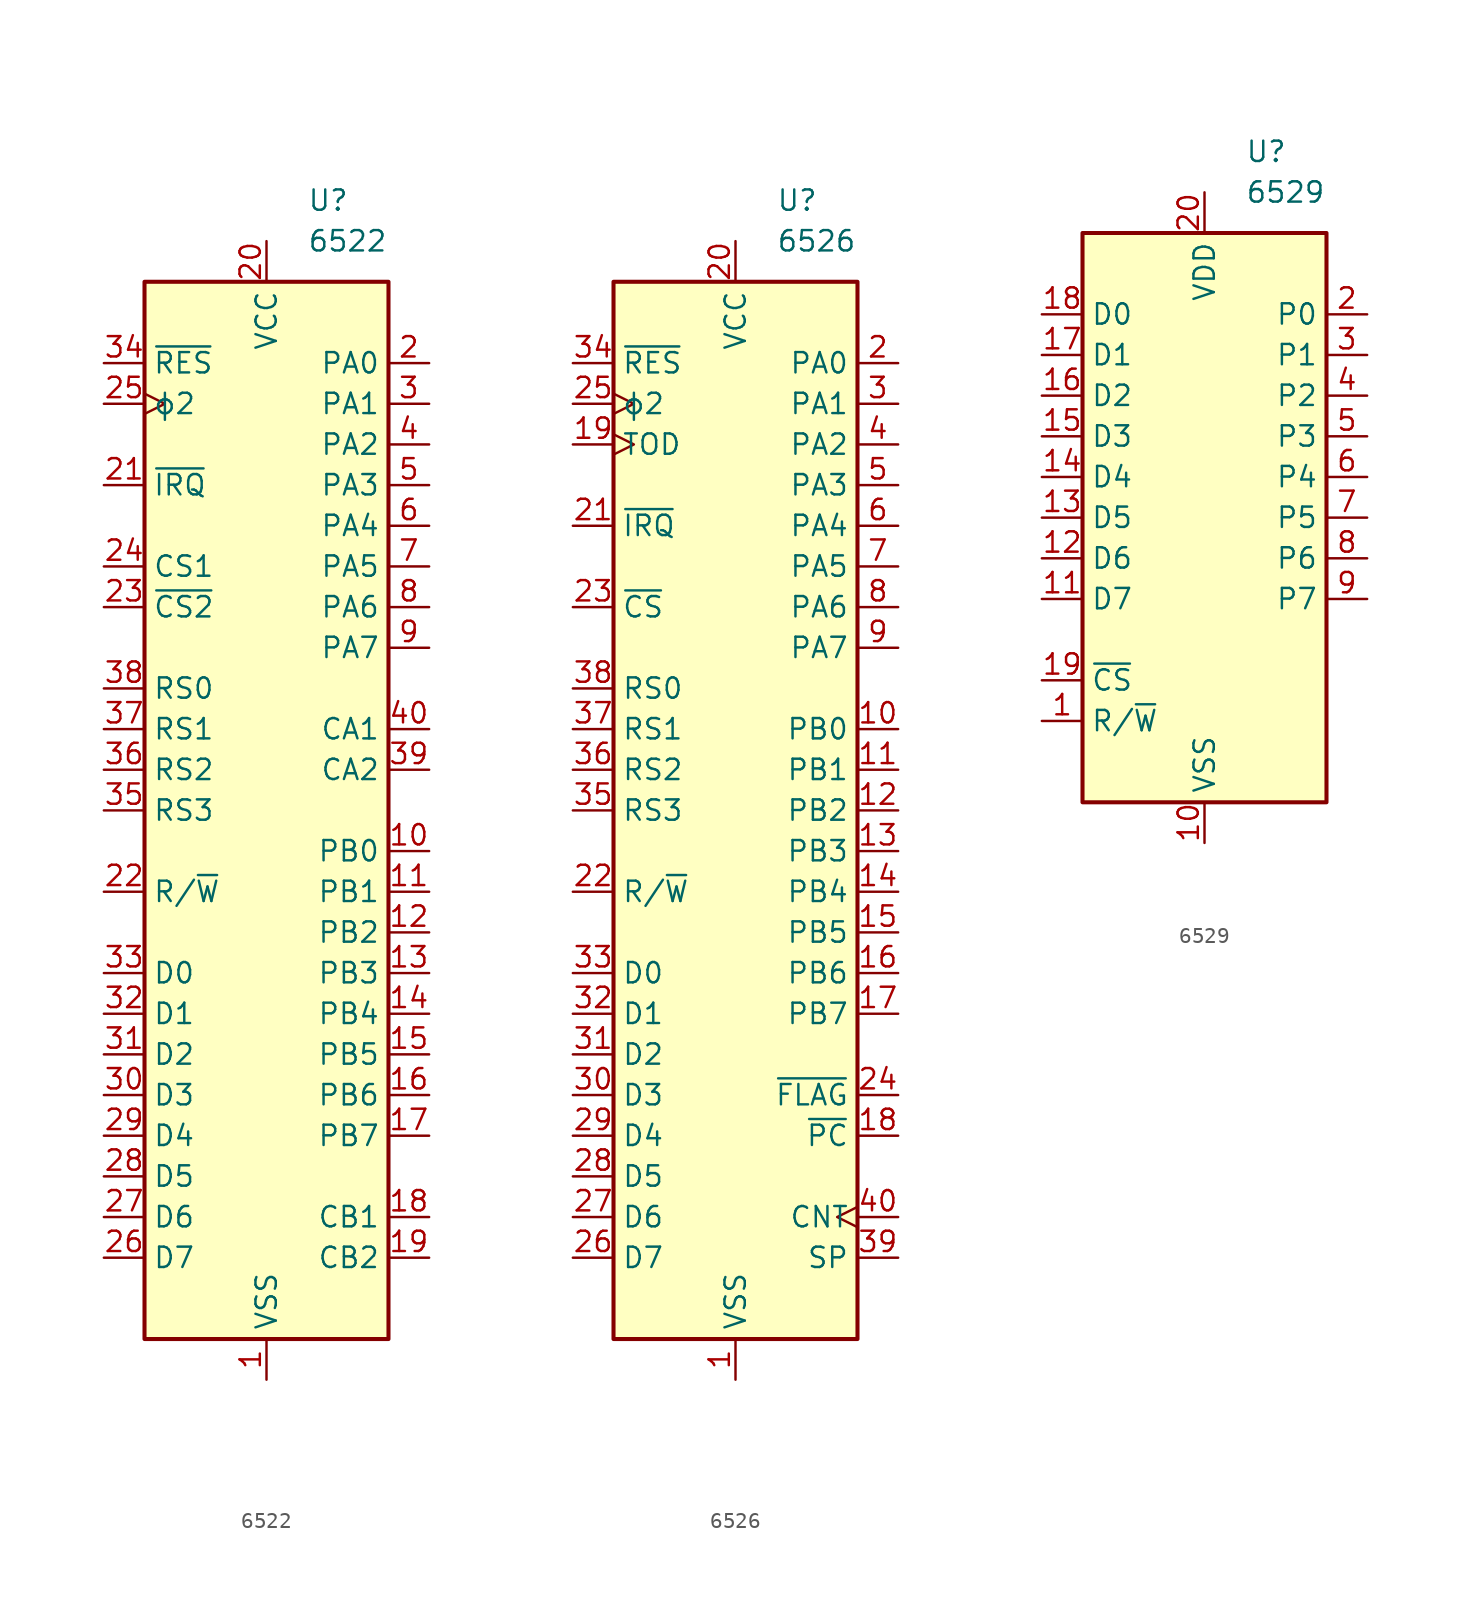
<source format=kicad_sym>
(kicad_symbol_lib
  (version 20220914)
  (generator kicad_symbol_editor)
  (symbol "6522"
    (property "Reference" "U"
      (at 2.54 38.1 0)
      (effects (font (size 1.27 1.27)) (justify left)))
    (property "Value" "6522"
      (at 2.54 35.56 0)
      (effects (font (size 1.27 1.27)) (justify left)))
    (symbol "6522_0_1"
      (rectangle (start -7.62 33.02) (end 7.62 -33.02) (stroke (width 0.254) (type default)) (fill (type background))))
    (symbol "6522_1_1"
      (pin power_in line (at 0 -35.56 90) (length 2.54) (name "VSS" (effects (font (size 1.27 1.27)))) (number "1" (effects (font (size 1.27 1.27)))))
      (pin bidirectional line (at 10.16 -2.54 180) (length 2.54) (name "PB0" (effects (font (size 1.27 1.27)))) (number "10" (effects (font (size 1.27 1.27)))))
      (pin bidirectional line (at 10.16 -5.08 180) (length 2.54) (name "PB1" (effects (font (size 1.27 1.27)))) (number "11" (effects (font (size 1.27 1.27)))))
      (pin bidirectional line (at 10.16 -7.62 180) (length 2.54) (name "PB2" (effects (font (size 1.27 1.27)))) (number "12" (effects (font (size 1.27 1.27)))))
      (pin bidirectional line (at 10.16 -10.16 180) (length 2.54) (name "PB3" (effects (font (size 1.27 1.27)))) (number "13" (effects (font (size 1.27 1.27)))))
      (pin bidirectional line (at 10.16 -12.7 180) (length 2.54) (name "PB4" (effects (font (size 1.27 1.27)))) (number "14" (effects (font (size 1.27 1.27)))))
      (pin bidirectional line (at 10.16 -15.24 180) (length 2.54) (name "PB5" (effects (font (size 1.27 1.27)))) (number "15" (effects (font (size 1.27 1.27)))))
      (pin bidirectional line (at 10.16 -17.78 180) (length 2.54) (name "PB6" (effects (font (size 1.27 1.27)))) (number "16" (effects (font (size 1.27 1.27)))))
      (pin bidirectional line (at 10.16 -20.32 180) (length 2.54) (name "PB7" (effects (font (size 1.27 1.27)))) (number "17" (effects (font (size 1.27 1.27)))))
      (pin input line (at 10.16 -25.4 180) (length 2.54) (name "CB1" (effects (font (size 1.27 1.27)))) (number "18" (effects (font (size 1.27 1.27)))))
      (pin bidirectional line (at 10.16 -27.94 180) (length 2.54) (name "CB2" (effects (font (size 1.27 1.27)))) (number "19" (effects (font (size 1.27 1.27)))))
      (pin bidirectional line (at 10.16 27.94 180) (length 2.54) (name "PA0" (effects (font (size 1.27 1.27)))) (number "2" (effects (font (size 1.27 1.27)))))
      (pin power_in line (at 0 35.56 270) (length 2.54) (name "VCC" (effects (font (size 1.27 1.27)))) (number "20" (effects (font (size 1.27 1.27)))))
      (pin open_collector line (at -10.16 20.32 0) (length 2.54) (name "~{IRQ}" (effects (font (size 1.27 1.27)))) (number "21" (effects (font (size 1.27 1.27)))))
      (pin input line (at -10.16 -5.08 0) (length 2.54) (name "R/~{W}" (effects (font (size 1.27 1.27)))) (number "22" (effects (font (size 1.27 1.27)))))
      (pin input line (at -10.16 12.7 0) (length 2.54) (name "~{CS2}" (effects (font (size 1.27 1.27)))) (number "23" (effects (font (size 1.27 1.27)))))
      (pin input line (at -10.16 15.24 0) (length 2.54) (name "CS1" (effects (font (size 1.27 1.27)))) (number "24" (effects (font (size 1.27 1.27)))))
      (pin input clock (at -10.16 25.4 0) (length 2.54) (name "ϕ2" (effects (font (size 1.27 1.27)))) (number "25" (effects (font (size 1.27 1.27)))))
      (pin bidirectional line (at -10.16 -27.94 0) (length 2.54) (name "D7" (effects (font (size 1.27 1.27)))) (number "26" (effects (font (size 1.27 1.27)))))
      (pin bidirectional line (at -10.16 -25.4 0) (length 2.54) (name "D6" (effects (font (size 1.27 1.27)))) (number "27" (effects (font (size 1.27 1.27)))))
      (pin bidirectional line (at -10.16 -22.86 0) (length 2.54) (name "D5" (effects (font (size 1.27 1.27)))) (number "28" (effects (font (size 1.27 1.27)))))
      (pin bidirectional line (at -10.16 -20.32 0) (length 2.54) (name "D4" (effects (font (size 1.27 1.27)))) (number "29" (effects (font (size 1.27 1.27)))))
      (pin bidirectional line (at 10.16 25.4 180) (length 2.54) (name "PA1" (effects (font (size 1.27 1.27)))) (number "3" (effects (font (size 1.27 1.27)))))
      (pin bidirectional line (at -10.16 -17.78 0) (length 2.54) (name "D3" (effects (font (size 1.27 1.27)))) (number "30" (effects (font (size 1.27 1.27)))))
      (pin bidirectional line (at -10.16 -15.24 0) (length 2.54) (name "D2" (effects (font (size 1.27 1.27)))) (number "31" (effects (font (size 1.27 1.27)))))
      (pin bidirectional line (at -10.16 -12.7 0) (length 2.54) (name "D1" (effects (font (size 1.27 1.27)))) (number "32" (effects (font (size 1.27 1.27)))))
      (pin bidirectional line (at -10.16 -10.16 0) (length 2.54) (name "D0" (effects (font (size 1.27 1.27)))) (number "33" (effects (font (size 1.27 1.27)))))
      (pin input line (at -10.16 27.94 0) (length 2.54) (name "~{RES}" (effects (font (size 1.27 1.27)))) (number "34" (effects (font (size 1.27 1.27)))))
      (pin input line (at -10.16 0 0) (length 2.54) (name "RS3" (effects (font (size 1.27 1.27)))) (number "35" (effects (font (size 1.27 1.27)))))
      (pin input line (at -10.16 2.54 0) (length 2.54) (name "RS2" (effects (font (size 1.27 1.27)))) (number "36" (effects (font (size 1.27 1.27)))))
      (pin input line (at -10.16 5.08 0) (length 2.54) (name "RS1" (effects (font (size 1.27 1.27)))) (number "37" (effects (font (size 1.27 1.27)))))
      (pin input line (at -10.16 7.62 0) (length 2.54) (name "RS0" (effects (font (size 1.27 1.27)))) (number "38" (effects (font (size 1.27 1.27)))))
      (pin bidirectional line (at 10.16 2.54 180) (length 2.54) (name "CA2" (effects (font (size 1.27 1.27)))) (number "39" (effects (font (size 1.27 1.27)))))
      (pin bidirectional line (at 10.16 22.86 180) (length 2.54) (name "PA2" (effects (font (size 1.27 1.27)))) (number "4" (effects (font (size 1.27 1.27)))))
      (pin input line (at 10.16 5.08 180) (length 2.54) (name "CA1" (effects (font (size 1.27 1.27)))) (number "40" (effects (font (size 1.27 1.27)))))
      (pin bidirectional line (at 10.16 20.32 180) (length 2.54) (name "PA3" (effects (font (size 1.27 1.27)))) (number "5" (effects (font (size 1.27 1.27)))))
      (pin bidirectional line (at 10.16 17.78 180) (length 2.54) (name "PA4" (effects (font (size 1.27 1.27)))) (number "6" (effects (font (size 1.27 1.27)))))
      (pin bidirectional line (at 10.16 15.24 180) (length 2.54) (name "PA5" (effects (font (size 1.27 1.27)))) (number "7" (effects (font (size 1.27 1.27)))))
      (pin bidirectional line (at 10.16 12.7 180) (length 2.54) (name "PA6" (effects (font (size 1.27 1.27)))) (number "8" (effects (font (size 1.27 1.27)))))
      (pin bidirectional line (at 10.16 10.16 180) (length 2.54) (name "PA7" (effects (font (size 1.27 1.27)))) (number "9" (effects (font (size 1.27 1.27)))))))
  (symbol "6526"
    (property "Reference" "U"
      (at 2.54 38.1 0)
      (effects (font (size 1.27 1.27)) (justify left)))
    (property "Value" "6526"
      (at 2.54 35.56 0)
      (effects (font (size 1.27 1.27)) (justify left)))
    (symbol "6526_0_1"
      (rectangle (start -7.62 33.02) (end 7.62 -33.02) (stroke (width 0.254) (type default)) (fill (type background))))
    (symbol "6526_1_1"
      (pin power_in line (at 0 -35.56 90) (length 2.54) (name "VSS" (effects (font (size 1.27 1.27)))) (number "1" (effects (font (size 1.27 1.27)))))
      (pin bidirectional line (at 10.16 5.08 180) (length 2.54) (name "PB0" (effects (font (size 1.27 1.27)))) (number "10" (effects (font (size 1.27 1.27)))))
      (pin bidirectional line (at 10.16 2.54 180) (length 2.54) (name "PB1" (effects (font (size 1.27 1.27)))) (number "11" (effects (font (size 1.27 1.27)))))
      (pin bidirectional line (at 10.16 0 180) (length 2.54) (name "PB2" (effects (font (size 1.27 1.27)))) (number "12" (effects (font (size 1.27 1.27)))))
      (pin bidirectional line (at 10.16 -2.54 180) (length 2.54) (name "PB3" (effects (font (size 1.27 1.27)))) (number "13" (effects (font (size 1.27 1.27)))))
      (pin bidirectional line (at 10.16 -5.08 180) (length 2.54) (name "PB4" (effects (font (size 1.27 1.27)))) (number "14" (effects (font (size 1.27 1.27)))))
      (pin bidirectional line (at 10.16 -7.62 180) (length 2.54) (name "PB5" (effects (font (size 1.27 1.27)))) (number "15" (effects (font (size 1.27 1.27)))))
      (pin bidirectional line (at 10.16 -10.16 180) (length 2.54) (name "PB6" (effects (font (size 1.27 1.27)))) (number "16" (effects (font (size 1.27 1.27)))))
      (pin bidirectional line (at 10.16 -12.7 180) (length 2.54) (name "PB7" (effects (font (size 1.27 1.27)))) (number "17" (effects (font (size 1.27 1.27)))))
      (pin output line (at 10.16 -20.32 180) (length 2.54) (name "~{PC}" (effects (font (size 1.27 1.27)))) (number "18" (effects (font (size 1.27 1.27)))))
      (pin input clock (at -10.16 22.86 0) (length 2.54) (name "TOD" (effects (font (size 1.27 1.27)))) (number "19" (effects (font (size 1.27 1.27)))))
      (pin bidirectional line (at 10.16 27.94 180) (length 2.54) (name "PA0" (effects (font (size 1.27 1.27)))) (number "2" (effects (font (size 1.27 1.27)))))
      (pin power_in line (at 0 35.56 270) (length 2.54) (name "VCC" (effects (font (size 1.27 1.27)))) (number "20" (effects (font (size 1.27 1.27)))))
      (pin open_collector line (at -10.16 17.78 0) (length 2.54) (name "~{IRQ}" (effects (font (size 1.27 1.27)))) (number "21" (effects (font (size 1.27 1.27)))))
      (pin input line (at -10.16 -5.08 0) (length 2.54) (name "R/~{W}" (effects (font (size 1.27 1.27)))) (number "22" (effects (font (size 1.27 1.27)))))
      (pin input line (at -10.16 12.7 0) (length 2.54) (name "~{CS}" (effects (font (size 1.27 1.27)))) (number "23" (effects (font (size 1.27 1.27)))))
      (pin input line (at 10.16 -17.78 180) (length 2.54) (name "~{FLAG}" (effects (font (size 1.27 1.27)))) (number "24" (effects (font (size 1.27 1.27)))))
      (pin input clock (at -10.16 25.4 0) (length 2.54) (name "ϕ2" (effects (font (size 1.27 1.27)))) (number "25" (effects (font (size 1.27 1.27)))))
      (pin bidirectional line (at -10.16 -27.94 0) (length 2.54) (name "D7" (effects (font (size 1.27 1.27)))) (number "26" (effects (font (size 1.27 1.27)))))
      (pin bidirectional line (at -10.16 -25.4 0) (length 2.54) (name "D6" (effects (font (size 1.27 1.27)))) (number "27" (effects (font (size 1.27 1.27)))))
      (pin bidirectional line (at -10.16 -22.86 0) (length 2.54) (name "D5" (effects (font (size 1.27 1.27)))) (number "28" (effects (font (size 1.27 1.27)))))
      (pin bidirectional line (at -10.16 -20.32 0) (length 2.54) (name "D4" (effects (font (size 1.27 1.27)))) (number "29" (effects (font (size 1.27 1.27)))))
      (pin bidirectional line (at 10.16 25.4 180) (length 2.54) (name "PA1" (effects (font (size 1.27 1.27)))) (number "3" (effects (font (size 1.27 1.27)))))
      (pin bidirectional line (at -10.16 -17.78 0) (length 2.54) (name "D3" (effects (font (size 1.27 1.27)))) (number "30" (effects (font (size 1.27 1.27)))))
      (pin bidirectional line (at -10.16 -15.24 0) (length 2.54) (name "D2" (effects (font (size 1.27 1.27)))) (number "31" (effects (font (size 1.27 1.27)))))
      (pin bidirectional line (at -10.16 -12.7 0) (length 2.54) (name "D1" (effects (font (size 1.27 1.27)))) (number "32" (effects (font (size 1.27 1.27)))))
      (pin bidirectional line (at -10.16 -10.16 0) (length 2.54) (name "D0" (effects (font (size 1.27 1.27)))) (number "33" (effects (font (size 1.27 1.27)))))
      (pin input line (at -10.16 27.94 0) (length 2.54) (name "~{RES}" (effects (font (size 1.27 1.27)))) (number "34" (effects (font (size 1.27 1.27)))))
      (pin input line (at -10.16 0 0) (length 2.54) (name "RS3" (effects (font (size 1.27 1.27)))) (number "35" (effects (font (size 1.27 1.27)))))
      (pin input line (at -10.16 2.54 0) (length 2.54) (name "RS2" (effects (font (size 1.27 1.27)))) (number "36" (effects (font (size 1.27 1.27)))))
      (pin input line (at -10.16 5.08 0) (length 2.54) (name "RS1" (effects (font (size 1.27 1.27)))) (number "37" (effects (font (size 1.27 1.27)))))
      (pin input line (at -10.16 7.62 0) (length 2.54) (name "RS0" (effects (font (size 1.27 1.27)))) (number "38" (effects (font (size 1.27 1.27)))))
      (pin bidirectional line (at 10.16 -27.94 180) (length 2.54) (name "SP" (effects (font (size 1.27 1.27)))) (number "39" (effects (font (size 1.27 1.27)))))
      (pin bidirectional line (at 10.16 22.86 180) (length 2.54) (name "PA2" (effects (font (size 1.27 1.27)))) (number "4" (effects (font (size 1.27 1.27)))))
      (pin bidirectional clock (at 10.16 -25.4 180) (length 2.54) (name "CNT" (effects (font (size 1.27 1.27)))) (number "40" (effects (font (size 1.27 1.27)))))
      (pin bidirectional line (at 10.16 20.32 180) (length 2.54) (name "PA3" (effects (font (size 1.27 1.27)))) (number "5" (effects (font (size 1.27 1.27)))))
      (pin bidirectional line (at 10.16 17.78 180) (length 2.54) (name "PA4" (effects (font (size 1.27 1.27)))) (number "6" (effects (font (size 1.27 1.27)))))
      (pin bidirectional line (at 10.16 15.24 180) (length 2.54) (name "PA5" (effects (font (size 1.27 1.27)))) (number "7" (effects (font (size 1.27 1.27)))))
      (pin bidirectional line (at 10.16 12.7 180) (length 2.54) (name "PA6" (effects (font (size 1.27 1.27)))) (number "8" (effects (font (size 1.27 1.27)))))
      (pin bidirectional line (at 10.16 10.16 180) (length 2.54) (name "PA7" (effects (font (size 1.27 1.27)))) (number "9" (effects (font (size 1.27 1.27)))))))
  (symbol "6529"
    (property "Reference" "U"
      (at 2.54 22.86 0)
      (effects (font (size 1.27 1.27)) (justify left)))
    (property "Value" "6529"
      (at 2.54 20.32 0)
      (effects (font (size 1.27 1.27)) (justify left)))
    (symbol "6529_0_1"
      (rectangle (start -7.62 17.78) (end 7.62 -17.78) (stroke (width 0.254) (type default)) (fill (type background))))
    (symbol "6529_1_1"
      (pin input line (at -10.16 -12.7 0) (length 2.54) (name "R/~{W}" (effects (font (size 1.27 1.27)))) (number "1" (effects (font (size 1.27 1.27)))))
      (pin power_in line (at 0 -20.32 90) (length 2.54) (name "VSS" (effects (font (size 1.27 1.27)))) (number "10" (effects (font (size 1.27 1.27)))))
      (pin bidirectional line (at -10.16 -5.08 0) (length 2.54) (name "D7" (effects (font (size 1.27 1.27)))) (number "11" (effects (font (size 1.27 1.27)))))
      (pin bidirectional line (at -10.16 -2.54 0) (length 2.54) (name "D6" (effects (font (size 1.27 1.27)))) (number "12" (effects (font (size 1.27 1.27)))))
      (pin bidirectional line (at -10.16 0 0) (length 2.54) (name "D5" (effects (font (size 1.27 1.27)))) (number "13" (effects (font (size 1.27 1.27)))))
      (pin bidirectional line (at -10.16 2.54 0) (length 2.54) (name "D4" (effects (font (size 1.27 1.27)))) (number "14" (effects (font (size 1.27 1.27)))))
      (pin bidirectional line (at -10.16 5.08 0) (length 2.54) (name "D3" (effects (font (size 1.27 1.27)))) (number "15" (effects (font (size 1.27 1.27)))))
      (pin bidirectional line (at -10.16 7.62 0) (length 2.54) (name "D2" (effects (font (size 1.27 1.27)))) (number "16" (effects (font (size 1.27 1.27)))))
      (pin bidirectional line (at -10.16 10.16 0) (length 2.54) (name "D1" (effects (font (size 1.27 1.27)))) (number "17" (effects (font (size 1.27 1.27)))))
      (pin bidirectional line (at -10.16 12.7 0) (length 2.54) (name "D0" (effects (font (size 1.27 1.27)))) (number "18" (effects (font (size 1.27 1.27)))))
      (pin input line (at -10.16 -10.16 0) (length 2.54) (name "~{CS}" (effects (font (size 1.27 1.27)))) (number "19" (effects (font (size 1.27 1.27)))))
      (pin bidirectional line (at 10.16 12.7 180) (length 2.54) (name "P0" (effects (font (size 1.27 1.27)))) (number "2" (effects (font (size 1.27 1.27)))))
      (pin power_in line (at 0 20.32 270) (length 2.54) (name "VDD" (effects (font (size 1.27 1.27)))) (number "20" (effects (font (size 1.27 1.27)))))
      (pin bidirectional line (at 10.16 10.16 180) (length 2.54) (name "P1" (effects (font (size 1.27 1.27)))) (number "3" (effects (font (size 1.27 1.27)))))
      (pin bidirectional line (at 10.16 7.62 180) (length 2.54) (name "P2" (effects (font (size 1.27 1.27)))) (number "4" (effects (font (size 1.27 1.27)))))
      (pin bidirectional line (at 10.16 5.08 180) (length 2.54) (name "P3" (effects (font (size 1.27 1.27)))) (number "5" (effects (font (size 1.27 1.27)))))
      (pin bidirectional line (at 10.16 2.54 180) (length 2.54) (name "P4" (effects (font (size 1.27 1.27)))) (number "6" (effects (font (size 1.27 1.27)))))
      (pin bidirectional line (at 10.16 0 180) (length 2.54) (name "P5" (effects (font (size 1.27 1.27)))) (number "7" (effects (font (size 1.27 1.27)))))
      (pin bidirectional line (at 10.16 -2.54 180) (length 2.54) (name "P6" (effects (font (size 1.27 1.27)))) (number "8" (effects (font (size 1.27 1.27)))))
      (pin bidirectional line (at 10.16 -5.08 180) (length 2.54) (name "P7" (effects (font (size 1.27 1.27)))) (number "9" (effects (font (size 1.27 1.27))))))))
</source>
